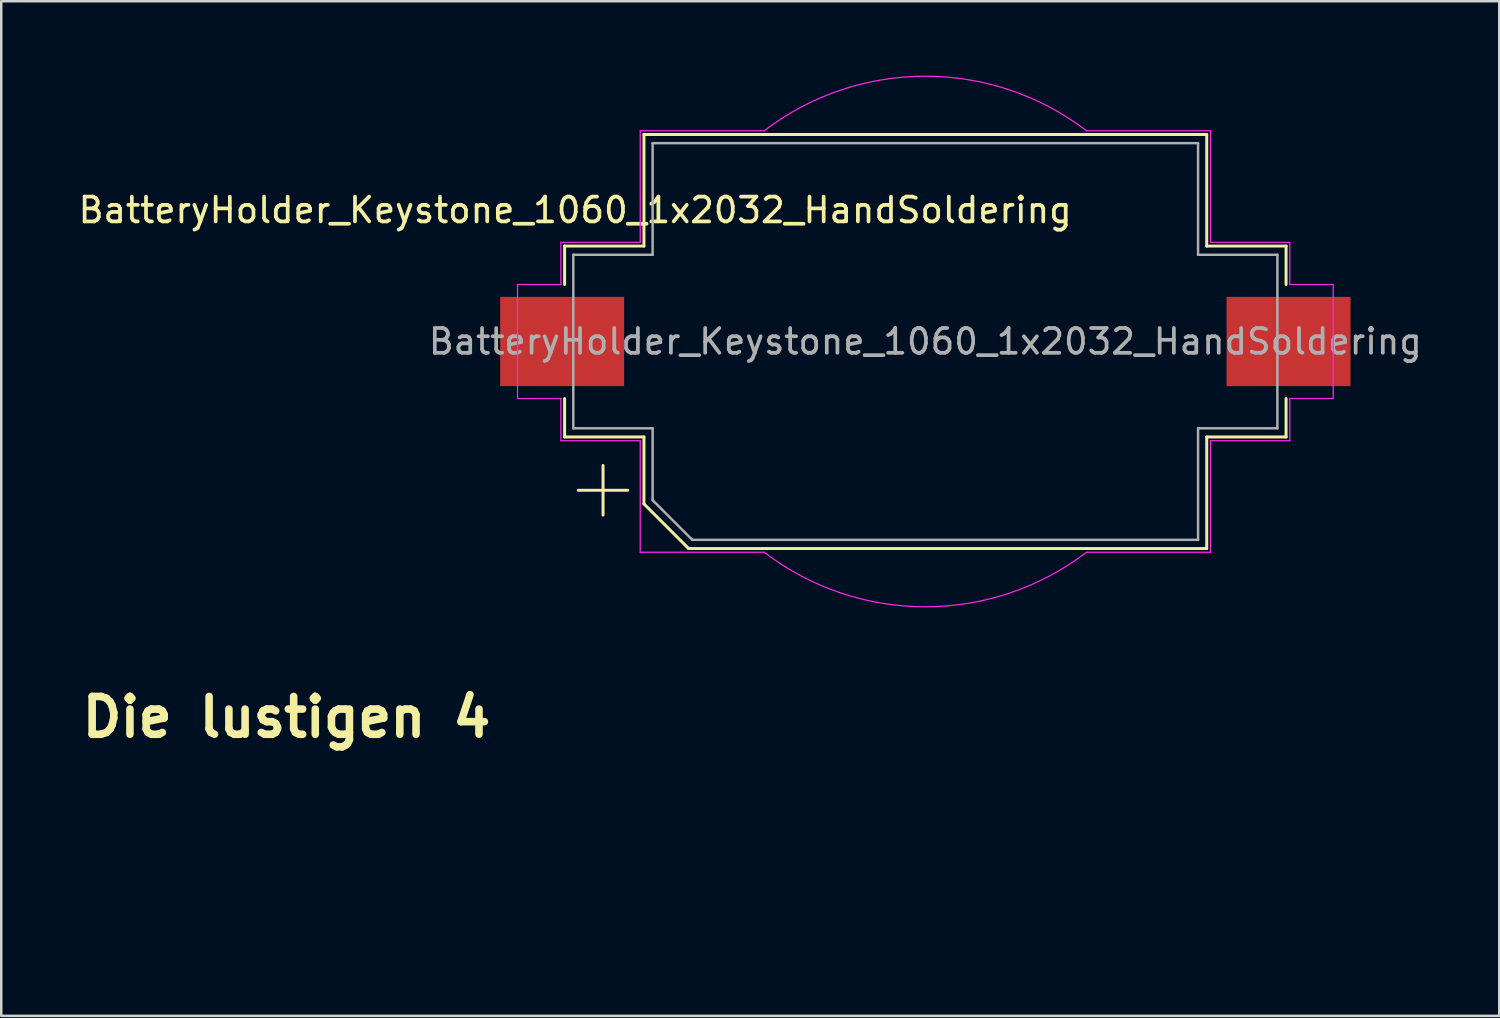
<source format=kicad_pcb>
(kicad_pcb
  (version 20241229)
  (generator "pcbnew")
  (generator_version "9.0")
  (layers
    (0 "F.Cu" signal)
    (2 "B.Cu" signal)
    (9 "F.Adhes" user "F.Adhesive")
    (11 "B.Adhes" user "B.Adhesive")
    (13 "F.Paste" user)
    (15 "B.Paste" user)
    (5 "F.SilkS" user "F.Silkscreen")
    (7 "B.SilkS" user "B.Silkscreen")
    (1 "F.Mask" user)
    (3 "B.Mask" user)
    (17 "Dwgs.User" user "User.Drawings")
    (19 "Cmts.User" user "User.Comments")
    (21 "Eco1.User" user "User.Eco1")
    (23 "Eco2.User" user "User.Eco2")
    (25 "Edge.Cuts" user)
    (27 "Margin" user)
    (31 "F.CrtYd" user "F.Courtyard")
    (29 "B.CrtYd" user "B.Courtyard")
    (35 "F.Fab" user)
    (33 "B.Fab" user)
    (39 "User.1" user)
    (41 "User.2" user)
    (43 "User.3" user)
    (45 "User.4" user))
  (footprint "Die lustigen 4"
    (layer "F.Cu")
    (at 8.505 28.925)
    (property "Reference" "Die lustigen 4" (at 0 -3.048 0) (layer "F.SilkS") (effects (font (size 1.524 1.524) (thickness 0.305))))
    (attr exclude_from_pos_files exclude_from_bom)
    (fp_poly (pts (xy 1.741 3.73) (xy 1.807 4.487) (xy 2.564 4.421) (xy 2.498 3.664) (xy 1.741 3.73)) (stroke (width 0) (type solid)) (fill yes) (layer "B.Mask"))
    (fp_poly (pts (xy 1.819 3.647) (xy 1.885 4.404) (xy 2.642 4.337) (xy 2.575 3.58) (xy 1.819 3.647)) (stroke (width 0) (type solid)) (fill yes) (layer "B.Mask"))
    (fp_poly (pts (xy 1.873 5.243) (xy 1.939 6) (xy 2.696 5.934) (xy 2.63 5.177) (xy 1.873 5.243)) (stroke (width 0) (type solid)) (fill yes) (layer "B.Mask"))
    (fp_poly (pts (xy 1.951 5.161) (xy 2.018 5.918) (xy 2.774 5.852) (xy 2.708 5.095) (xy 1.951 5.161)) (stroke (width 0) (type solid)) (fill yes) (layer "B.Mask"))
    (fp_poly (pts (xy 2.563 4.42) (xy 2.63 5.176) (xy 3.387 5.11) (xy 3.32 4.353) (xy 2.563 4.42)) (stroke (width 0) (type solid)) (fill yes) (layer "B.Mask"))
    (fp_poly (pts (xy 2.642 4.337) (xy 2.708 5.094) (xy 3.465 5.028) (xy 3.399 4.271) (xy 2.642 4.337)) (stroke (width 0) (type solid)) (fill yes) (layer "B.Mask"))
    (fp_poly (pts (xy 3.254 3.597) (xy 3.32 4.354) (xy 4.077 4.288) (xy 4.011 3.531) (xy 3.254 3.597)) (stroke (width 0) (type solid)) (fill yes) (layer "B.Mask"))
    (fp_poly (pts (xy 3.333 3.514) (xy 3.399 4.271) (xy 4.156 4.205) (xy 4.09 3.448) (xy 3.333 3.514)) (stroke (width 0) (type solid)) (fill yes) (layer "B.Mask"))
    (fp_poly (pts (xy 3.387 5.11) (xy 3.453 5.867) (xy 4.21 5.801) (xy 4.144 5.044) (xy 3.387 5.11)) (stroke (width 0) (type solid)) (fill yes) (layer "B.Mask"))
    (fp_poly (pts (xy 3.466 5.028) (xy 3.532 5.785) (xy 4.289 5.719) (xy 4.223 4.962) (xy 3.466 5.028)) (stroke (width 0) (type solid)) (fill yes) (layer "B.Mask"))
    (fp_poly (pts (xy 4.189 1.013) (xy 1.914 0.894) (xy 1.795 3.139) (xy 3.527 3.23) (xy 3.527 2.661) (xy 2.399 2.602) (xy 2.457 1.489) (xy 3.586 1.549) (xy 3.527 2.661) (xy 3.527 3.23) (xy 4.071 3.258) (xy 4.189 1.013)) (stroke (width 0) (type solid)) (fill yes) (layer "B.Mask"))
    (fp_poly (pts (xy 4.241 1.086) (xy 1.965 0.967) (xy 1.847 3.212) (xy 3.579 3.303) (xy 3.579 2.734) (xy 2.451 2.675) (xy 2.509 1.562) (xy 3.637 1.622) (xy 3.579 2.734) (xy 3.579 3.303) (xy 4.123 3.331) (xy 4.241 1.086)) (stroke (width 0) (type solid)) (fill yes) (layer "B.Mask"))
    (fp_poly (pts (xy 1.14 1.142) (xy 1.117 1.371) (xy 1.051 1.585) (xy 0.946 1.778) (xy 0.806 1.946) (xy 0.638 2.085) (xy 0.444 2.19) (xy 0.23 2.256) (xy 0 2.279) (xy 0.023 2.05) (xy 0.09 1.837) (xy 0.195 1.644) (xy 0.335 1.475) (xy 0.504 1.337) (xy 0.698 1.232) (xy 0.911 1.165) (xy 1.14 1.142)) (stroke (width 0) (type solid)) (fill yes) (layer "B.Mask"))
    (fp_poly (pts (xy 1.14 1.142) (xy 1.117 1.371) (xy 1.051 1.585) (xy 0.946 1.778) (xy 0.806 1.946) (xy 0.638 2.085) (xy 0.444 2.19) (xy 0.23 2.256) (xy 0 2.279) (xy 0.023 2.05) (xy 0.09 1.837) (xy 0.195 1.644) (xy 0.335 1.475) (xy 0.504 1.337) (xy 0.698 1.232) (xy 0.911 1.165) (xy 1.14 1.142)) (stroke (width 0) (type solid)) (fill yes) (layer "B.Mask"))
    (fp_poly (pts (xy 1.14 1.142) (xy 1.117 1.371) (xy 1.051 1.585) (xy 0.946 1.778) (xy 0.806 1.946) (xy 0.638 2.085) (xy 0.444 2.19) (xy 0.23 2.256) (xy 0 2.279) (xy 0.023 2.05) (xy 0.09 1.837) (xy 0.195 1.644) (xy 0.335 1.475) (xy 0.504 1.337) (xy 0.698 1.232) (xy 0.911 1.165) (xy 1.14 1.142)) (stroke (width 0) (type solid)) (fill yes) (layer "B.Mask"))
    (fp_poly (pts (xy 1.14 1.14) (xy 0.911 1.117) (xy 0.697 1.051) (xy 0.504 0.946) (xy 0.335 0.807) (xy 0.196 0.638) (xy 0.091 0.444) (xy 0.024 0.231) (xy 0.001 0.001) (xy 0.23 0.025) (xy 0.444 0.092) (xy 0.638 0.198) (xy 0.807 0.337) (xy 0.946 0.505) (xy 1.052 0.698) (xy 1.118 0.911) (xy 1.142 1.14) (xy 1.14 1.14)) (stroke (width 0) (type solid)) (fill yes) (layer "B.Mask"))
    (fp_poly (pts (xy 1.14 1.14) (xy 0.911 1.117) (xy 0.697 1.051) (xy 0.504 0.946) (xy 0.335 0.807) (xy 0.196 0.638) (xy 0.091 0.444) (xy 0.024 0.231) (xy 0.001 0.001) (xy 0.23 0.025) (xy 0.444 0.092) (xy 0.638 0.198) (xy 0.807 0.337) (xy 0.946 0.505) (xy 1.052 0.698) (xy 1.118 0.911) (xy 1.142 1.14) (xy 1.14 1.14)) (stroke (width 0) (type solid)) (fill yes) (layer "B.Mask"))
    (fp_poly (pts (xy 1.14 1.14) (xy 0.911 1.117) (xy 0.697 1.051) (xy 0.504 0.946) (xy 0.335 0.807) (xy 0.196 0.638) (xy 0.091 0.444) (xy 0.024 0.231) (xy 0.001 0.001) (xy 0.23 0.025) (xy 0.444 0.092) (xy 0.638 0.198) (xy 0.807 0.337) (xy 0.946 0.505) (xy 1.052 0.698) (xy 1.118 0.911) (xy 1.142 1.14) (xy 1.14 1.14)) (stroke (width 0) (type solid)) (fill yes) (layer "B.Mask"))
    (fp_poly (pts (xy 2.279 0) (xy 2.256 0.229) (xy 2.19 0.443) (xy 2.085 0.637) (xy 1.946 0.805) (xy 1.777 0.945) (xy 1.584 1.05) (xy 1.37 1.117) (xy 1.14 1.14) (xy 1.164 0.911) (xy 1.23 0.697) (xy 1.335 0.504) (xy 1.474 0.335) (xy 1.642 0.196) (xy 1.835 0.09) (xy 2.049 0.024) (xy 2.278 0) (xy 2.279 0)) (stroke (width 0) (type solid)) (fill yes) (layer "B.Mask"))
    (fp_poly (pts (xy 2.279 0) (xy 2.256 0.229) (xy 2.19 0.443) (xy 2.085 0.637) (xy 1.946 0.805) (xy 1.777 0.945) (xy 1.584 1.05) (xy 1.37 1.117) (xy 1.14 1.14) (xy 1.164 0.911) (xy 1.23 0.697) (xy 1.335 0.504) (xy 1.474 0.335) (xy 1.642 0.196) (xy 1.835 0.09) (xy 2.049 0.024) (xy 2.278 0) (xy 2.279 0)) (stroke (width 0) (type solid)) (fill yes) (layer "B.Mask"))
    (fp_poly (pts (xy 2.279 0) (xy 2.256 0.229) (xy 2.19 0.443) (xy 2.085 0.637) (xy 1.946 0.805) (xy 1.777 0.945) (xy 1.584 1.05) (xy 1.37 1.117) (xy 1.14 1.14) (xy 1.164 0.911) (xy 1.23 0.697) (xy 1.335 0.504) (xy 1.474 0.335) (xy 1.642 0.196) (xy 1.835 0.09) (xy 2.049 0.024) (xy 2.278 0) (xy 2.279 0)) (stroke (width 0) (type solid)) (fill yes) (layer "B.Mask"))
    (fp_poly (pts (xy 2.279 2.279) (xy 2.05 2.256) (xy 1.837 2.19) (xy 1.643 2.085) (xy 1.475 1.946) (xy 1.336 1.778) (xy 1.231 1.585) (xy 1.164 1.371) (xy 1.14 1.142) (xy 1.144 1.142) (xy 1.373 1.165) (xy 1.586 1.231) (xy 1.779 1.336) (xy 1.947 1.474) (xy 2.086 1.642) (xy 2.191 1.835) (xy 2.257 2.048) (xy 2.281 2.277) (xy 2.281 2.279) (xy 2.279 2.279)) (stroke (width 0) (type solid)) (fill yes) (layer "B.Mask"))
    (fp_poly (pts (xy 2.279 2.279) (xy 2.05 2.256) (xy 1.837 2.19) (xy 1.643 2.085) (xy 1.475 1.946) (xy 1.336 1.778) (xy 1.231 1.585) (xy 1.164 1.371) (xy 1.14 1.142) (xy 1.144 1.142) (xy 1.373 1.165) (xy 1.586 1.231) (xy 1.779 1.336) (xy 1.947 1.474) (xy 2.086 1.642) (xy 2.191 1.835) (xy 2.257 2.048) (xy 2.281 2.277) (xy 2.281 2.279) (xy 2.279 2.279)) (stroke (width 0) (type solid)) (fill yes) (layer "B.Mask"))
    (fp_poly (pts (xy 2.279 2.279) (xy 2.05 2.256) (xy 1.837 2.19) (xy 1.643 2.085) (xy 1.475 1.946) (xy 1.336 1.778) (xy 1.231 1.585) (xy 1.164 1.371) (xy 1.14 1.142) (xy 1.144 1.142) (xy 1.373 1.165) (xy 1.586 1.231) (xy 1.779 1.336) (xy 1.947 1.474) (xy 2.086 1.642) (xy 2.191 1.835) (xy 2.257 2.048) (xy 2.281 2.277) (xy 2.281 2.279) (xy 2.279 2.279)) (stroke (width 0) (type solid)) (fill yes) (layer "B.Mask"))
    (fp_poly (pts (xy 1.174 2.663) (xy 0.944 2.685) (xy 0.73 2.751) (xy 0.536 2.854) (xy 0.368 2.991) (xy 0.228 3.157) (xy 0.123 3.347) (xy 0.057 3.558) (xy 0.033 3.785) (xy 0.056 4.011) (xy 0.123 4.221) (xy 0.228 4.412) (xy 0.367 4.578) (xy 0.536 4.715) (xy 0.729 4.818) (xy 0.943 4.884) (xy 1.172 4.906) (xy 1.174 4.906) (xy 1.174 4.342) (xy 0.954 4.298) (xy 0.774 4.179) (xy 0.653 4.002) (xy 0.609 3.786) (xy 0.653 3.57) (xy 0.774 3.393) (xy 0.954 3.274) (xy 1.174 3.23) (xy 1.393 3.274) (xy 1.573 3.393) (xy 1.694 3.57) (xy 1.738 3.786) (xy 1.694 4.002) (xy 1.573 4.179) (xy 1.393 4.298) (xy 1.174 4.342) (xy 1.174 4.906) (xy 1.402 4.884) (xy 1.616 4.818) (xy 1.81 4.715) (xy 1.978 4.578) (xy 2.117 4.412) (xy 2.222 4.222) (xy 2.289 4.011) (xy 2.313 3.785) (xy 2.289 3.559) (xy 2.223 3.348) (xy 2.118 3.157) (xy 1.979 2.991) (xy 1.81 2.854) (xy 1.617 2.751) (xy 1.403 2.686) (xy 1.174 2.663)) (stroke (width 0) (type solid)) (fill yes) (layer "B.Mask"))
    (fp_poly (pts (xy 1.174 2.741) (xy 0.944 2.764) (xy 0.73 2.829) (xy 0.536 2.932) (xy 0.368 3.069) (xy 0.228 3.235) (xy 0.123 3.426) (xy 0.057 3.636) (xy 0.033 3.863) (xy 0.056 4.089) (xy 0.123 4.299) (xy 0.228 4.49) (xy 0.367 4.656) (xy 0.536 4.793) (xy 0.729 4.896) (xy 0.943 4.962) (xy 1.172 4.985) (xy 1.174 4.985) (xy 1.174 4.418) (xy 0.954 4.375) (xy 0.774 4.255) (xy 0.653 4.079) (xy 0.609 3.863) (xy 0.653 3.647) (xy 0.774 3.47) (xy 0.954 3.351) (xy 1.174 3.307) (xy 1.393 3.351) (xy 1.573 3.47) (xy 1.694 3.647) (xy 1.738 3.863) (xy 1.694 4.079) (xy 1.573 4.256) (xy 1.393 4.375) (xy 1.174 4.418) (xy 1.174 4.985) (xy 1.402 4.962) (xy 1.616 4.897) (xy 1.81 4.793) (xy 1.978 4.656) (xy 2.117 4.49) (xy 2.222 4.3) (xy 2.289 4.089) (xy 2.313 3.863) (xy 2.289 3.637) (xy 2.223 3.426) (xy 2.118 3.236) (xy 1.979 3.07) (xy 1.81 2.933) (xy 1.617 2.829) (xy 1.403 2.764) (xy 1.174 2.741)) (stroke (width 0) (type solid)) (fill yes) (layer "B.Mask")))
  (footprint "BatteryHolder_Keystone_1060_1x2032_HandSoldering"
    (layer "F.Cu")
    (at 34.274 10.725)
    (property "Reference" "BatteryHolder_Keystone_1060_1x2032_HandSoldering" (at -14.125 -5.3 0) (layer "F.SilkS") (effects (font (size 1 1) (thickness 0.15))))
    (attr smd)
    (fp_line (start -14.55 -3.85) (end -14.55 -2.3) (stroke (width 0.12) (type solid)) (layer "F.SilkS"))
    (fp_line (start -14.55 3.85) (end -14.55 2.3) (stroke (width 0.12) (type solid)) (layer "F.SilkS"))
    (fp_line (start -13 5) (end -13 7) (stroke (width 0.12) (type solid)) (layer "F.SilkS"))
    (fp_line (start -12 6) (end -14 6) (stroke (width 0.12) (type solid)) (layer "F.SilkS"))
    (fp_line (start -11.35 -8.35) (end -11.35 -3.85) (stroke (width 0.12) (type solid)) (layer "F.SilkS"))
    (fp_line (start -11.35 -8.35) (end 11.35 -8.35) (stroke (width 0.12) (type solid)) (layer "F.SilkS"))
    (fp_line (start -11.35 -3.85) (end -14.55 -3.85) (stroke (width 0.12) (type solid)) (layer "F.SilkS"))
    (fp_line (start -11.35 3.85) (end -14.55 3.85) (stroke (width 0.12) (type solid)) (layer "F.SilkS"))
    (fp_line (start -11.35 6.55) (end -11.35 3.85) (stroke (width 0.12) (type solid)) (layer "F.SilkS"))
    (fp_line (start -9.55 8.35) (end -11.35 6.55) (stroke (width 0.12) (type solid)) (layer "F.SilkS"))
    (fp_line (start 11.35 -8.35) (end 11.35 -3.85) (stroke (width 0.12) (type solid)) (layer "F.SilkS"))
    (fp_line (start 11.35 -3.85) (end 14.55 -3.85) (stroke (width 0.12) (type solid)) (layer "F.SilkS"))
    (fp_line (start 11.35 3.85) (end 14.55 3.85) (stroke (width 0.12) (type solid)) (layer "F.SilkS"))
    (fp_line (start 11.35 8.35) (end -9.55 8.35) (stroke (width 0.12) (type solid)) (layer "F.SilkS"))
    (fp_line (start 11.35 8.35) (end 11.35 3.85) (stroke (width 0.12) (type solid)) (layer "F.SilkS"))
    (fp_line (start 14.55 -3.85) (end 14.55 -2.3) (stroke (width 0.12) (type solid)) (layer "F.SilkS"))
    (fp_line (start 14.55 3.85) (end 14.55 2.3) (stroke (width 0.12) (type solid)) (layer "F.SilkS"))
    (fp_line (start -16.45 2.3) (end -16.45 -2.3) (stroke (width 0.05) (type solid)) (layer "F.CrtYd"))
    (fp_line (start -14.7 -4) (end -11.5 -4) (stroke (width 0.05) (type solid)) (layer "F.CrtYd"))
    (fp_line (start -14.7 -2.3) (end -16.45 -2.3) (stroke (width 0.05) (type solid)) (layer "F.CrtYd"))
    (fp_line (start -14.7 -2.3) (end -14.7 -4) (stroke (width 0.05) (type solid)) (layer "F.CrtYd"))
    (fp_line (start -14.7 2.3) (end -16.45 2.3) (stroke (width 0.05) (type solid)) (layer "F.CrtYd"))
    (fp_line (start -14.7 4) (end -14.7 2.3) (stroke (width 0.05) (type solid)) (layer "F.CrtYd"))
    (fp_line (start -14.7 4) (end -11.5 4) (stroke (width 0.05) (type solid)) (layer "F.CrtYd"))
    (fp_line (start -11.5 -8.5) (end -6.5 -8.5) (stroke (width 0.05) (type solid)) (layer "F.CrtYd"))
    (fp_line (start -11.5 -4) (end -11.5 -8.5) (stroke (width 0.05) (type solid)) (layer "F.CrtYd"))
    (fp_line (start -11.5 4) (end -11.5 8.5) (stroke (width 0.05) (type solid)) (layer "F.CrtYd"))
    (fp_line (start -6.5 8.5) (end -11.5 8.5) (stroke (width 0.05) (type solid)) (layer "F.CrtYd"))
    (fp_line (start 11.5 -8.5) (end 6.5 -8.5) (stroke (width 0.05) (type solid)) (layer "F.CrtYd"))
    (fp_line (start 11.5 -8.5) (end 11.5 -4) (stroke (width 0.05) (type solid)) (layer "F.CrtYd"))
    (fp_line (start 11.5 -4) (end 14.7 -4) (stroke (width 0.05) (type solid)) (layer "F.CrtYd"))
    (fp_line (start 11.5 4) (end 11.5 8.5) (stroke (width 0.05) (type solid)) (layer "F.CrtYd"))
    (fp_line (start 11.5 8.5) (end 6.5 8.5) (stroke (width 0.05) (type solid)) (layer "F.CrtYd"))
    (fp_line (start 14.7 -4) (end 14.7 -2.3) (stroke (width 0.05) (type solid)) (layer "F.CrtYd"))
    (fp_line (start 14.7 -2.3) (end 16.45 -2.3) (stroke (width 0.05) (type solid)) (layer "F.CrtYd"))
    (fp_line (start 14.7 2.3) (end 14.7 4) (stroke (width 0.05) (type solid)) (layer "F.CrtYd"))
    (fp_line (start 14.7 4) (end 11.5 4) (stroke (width 0.05) (type solid)) (layer "F.CrtYd"))
    (fp_line (start 16.45 -2.3) (end 16.45 2.3) (stroke (width 0.05) (type solid)) (layer "F.CrtYd"))
    (fp_line (start 16.45 2.3) (end 14.7 2.3) (stroke (width 0.05) (type solid)) (layer "F.CrtYd"))
    (fp_arc (start -6.499999 -8.5) (mid 0 -10.700467) (end 6.5 -8.5) (stroke (width 0.05) (type solid)) (layer "F.CrtYd"))
    (fp_arc (start 6.499999 8.5) (mid 0 10.700467) (end -6.5 8.5) (stroke (width 0.05) (type solid)) (layer "F.CrtYd"))
    (fp_line (start -14.2 -3.5) (end -11 -3.5) (stroke (width 0.1) (type solid)) (layer "F.Fab"))
    (fp_line (start -14.2 3.5) (end -14.2 -3.5) (stroke (width 0.1) (type solid)) (layer "F.Fab"))
    (fp_line (start -11 -8) (end -11 -3.5) (stroke (width 0.1) (type solid)) (layer "F.Fab"))
    (fp_line (start -11 3.5) (end -14.2 3.5) (stroke (width 0.1) (type solid)) (layer "F.Fab"))
    (fp_line (start -11 6.4) (end -11 3.5) (stroke (width 0.1) (type solid)) (layer "F.Fab"))
    (fp_line (start -9.4 8) (end -11 6.4) (stroke (width 0.1) (type solid)) (layer "F.Fab"))
    (fp_line (start 11 -8) (end -11 -8) (stroke (width 0.1) (type solid)) (layer "F.Fab"))
    (fp_line (start 11 -8) (end 11 -3.5) (stroke (width 0.1) (type solid)) (layer "F.Fab"))
    (fp_line (start 11 3.5) (end 14.2 3.5) (stroke (width 0.1) (type solid)) (layer "F.Fab"))
    (fp_line (start 11 8) (end -9.4 8) (stroke (width 0.1) (type solid)) (layer "F.Fab"))
    (fp_line (start 11 8) (end 11 3.5) (stroke (width 0.1) (type solid)) (layer "F.Fab"))
    (fp_line (start 14.2 -3.5) (end 11 -3.5) (stroke (width 0.1) (type solid)) (layer "F.Fab"))
    (fp_line (start 14.2 3.5) (end 14.2 -3.5) (stroke (width 0.1) (type solid)) (layer "F.Fab"))
    (fp_text user "${REFERENCE}" (at 0 0 0) (layer "F.Fab") (effects (font (size 1 1) (thickness 0.15))))
    (pad "1" smd rect (at -14.65 0 180) (size 5 3.6) (layers "F.Cu" "F.Mask" "F.Paste"))
    (pad "2" smd rect (at 14.65 0 180) (size 5 3.6) (layers "F.Cu" "F.Mask" "F.Paste")))
  (gr_rect
    (start -3 -3)
    (end 57.423 37.925)
    (stroke (width 0.1) (type default))
    (fill no)
    (layer "Edge.Cuts")))
</source>
